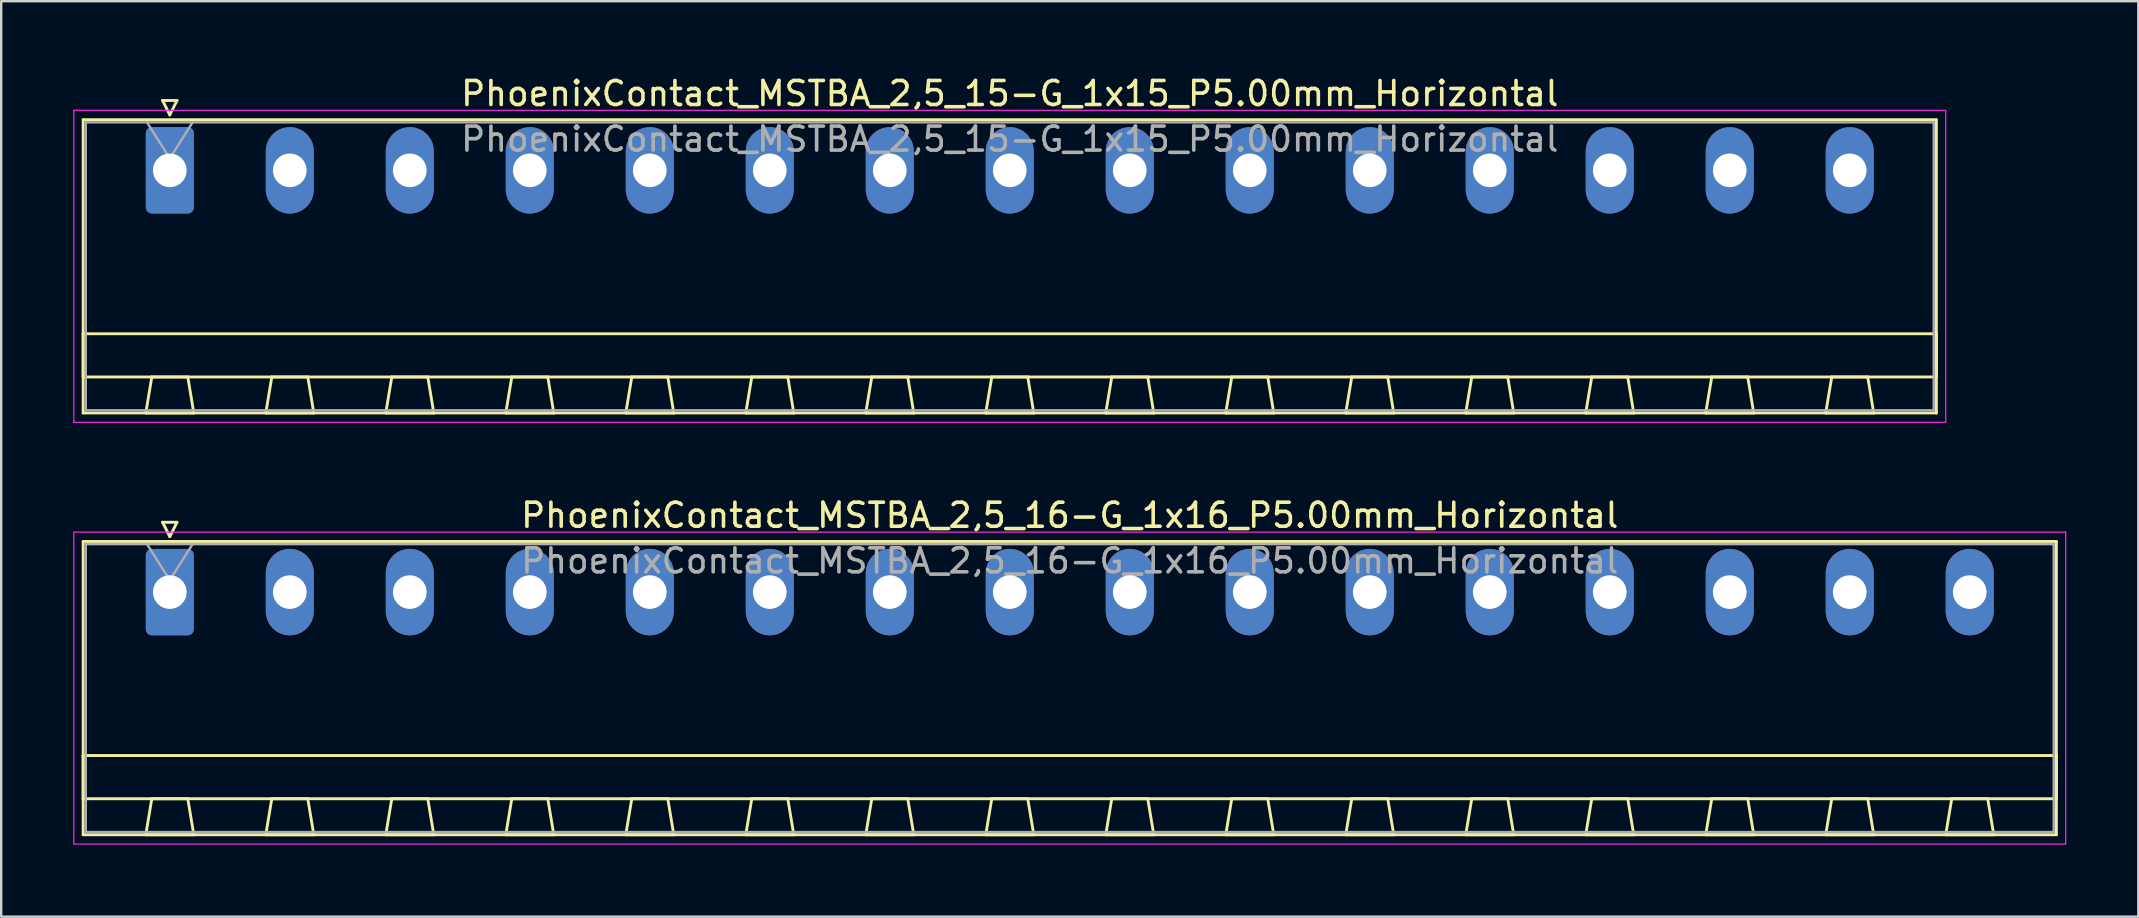
<source format=kicad_pcb>
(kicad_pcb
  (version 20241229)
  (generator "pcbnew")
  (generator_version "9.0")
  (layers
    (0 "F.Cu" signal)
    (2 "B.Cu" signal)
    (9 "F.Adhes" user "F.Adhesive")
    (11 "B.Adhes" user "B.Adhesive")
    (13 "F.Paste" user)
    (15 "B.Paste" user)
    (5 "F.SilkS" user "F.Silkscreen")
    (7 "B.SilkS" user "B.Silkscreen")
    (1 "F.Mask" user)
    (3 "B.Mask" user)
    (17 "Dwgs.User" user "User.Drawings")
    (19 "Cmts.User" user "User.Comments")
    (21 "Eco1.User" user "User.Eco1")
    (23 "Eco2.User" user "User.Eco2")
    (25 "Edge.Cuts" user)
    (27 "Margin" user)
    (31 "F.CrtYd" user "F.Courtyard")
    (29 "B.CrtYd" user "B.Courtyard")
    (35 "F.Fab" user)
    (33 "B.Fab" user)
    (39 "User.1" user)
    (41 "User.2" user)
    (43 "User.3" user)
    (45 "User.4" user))
  (footprint "PhoenixContact_MSTBA_2,5_15-G_1x15_P5.00mm_Horizontal"
    (layer "F.Cu")
    (at 4.025 4.048)
    (property "Reference" "PhoenixContact_MSTBA_2,5_15-G_1x15_P5.00mm_Horizontal" (at 35 -3.2 0) (layer "F.SilkS") (effects (font (size 1 1) (thickness 0.15))))
    (attr through_hole)
    (fp_line (start -3.61 -2.11) (end -3.61 10.11) (stroke (width 0.12) (type solid)) (layer "F.SilkS"))
    (fp_line (start -3.61 6.81) (end 73.61 6.81) (stroke (width 0.12) (type solid)) (layer "F.SilkS"))
    (fp_line (start -3.61 8.61) (end -3.61 6.81) (stroke (width 0.12) (type solid)) (layer "F.SilkS"))
    (fp_line (start -3.61 10.11) (end 73.61 10.11) (stroke (width 0.12) (type solid)) (layer "F.SilkS"))
    (fp_line (start -1 10.11) (end 1 10.11) (stroke (width 0.12) (type solid)) (layer "F.SilkS"))
    (fp_line (start -0.75 8.61) (end -1 10.11) (stroke (width 0.12) (type solid)) (layer "F.SilkS"))
    (fp_line (start -0.3 -2.91) (end 0.3 -2.91) (stroke (width 0.12) (type solid)) (layer "F.SilkS"))
    (fp_line (start 0 -2.31) (end -0.3 -2.91) (stroke (width 0.12) (type solid)) (layer "F.SilkS"))
    (fp_line (start 0.3 -2.91) (end 0 -2.31) (stroke (width 0.12) (type solid)) (layer "F.SilkS"))
    (fp_line (start 0.75 8.61) (end -0.75 8.61) (stroke (width 0.12) (type solid)) (layer "F.SilkS"))
    (fp_line (start 1 10.11) (end 0.75 8.61) (stroke (width 0.12) (type solid)) (layer "F.SilkS"))
    (fp_line (start 4 10.11) (end 6 10.11) (stroke (width 0.12) (type solid)) (layer "F.SilkS"))
    (fp_line (start 4.25 8.61) (end 4 10.11) (stroke (width 0.12) (type solid)) (layer "F.SilkS"))
    (fp_line (start 5.75 8.61) (end 4.25 8.61) (stroke (width 0.12) (type solid)) (layer "F.SilkS"))
    (fp_line (start 6 10.11) (end 5.75 8.61) (stroke (width 0.12) (type solid)) (layer "F.SilkS"))
    (fp_line (start 9 10.11) (end 11 10.11) (stroke (width 0.12) (type solid)) (layer "F.SilkS"))
    (fp_line (start 9.25 8.61) (end 9 10.11) (stroke (width 0.12) (type solid)) (layer "F.SilkS"))
    (fp_line (start 10.75 8.61) (end 9.25 8.61) (stroke (width 0.12) (type solid)) (layer "F.SilkS"))
    (fp_line (start 11 10.11) (end 10.75 8.61) (stroke (width 0.12) (type solid)) (layer "F.SilkS"))
    (fp_line (start 14 10.11) (end 16 10.11) (stroke (width 0.12) (type solid)) (layer "F.SilkS"))
    (fp_line (start 14.25 8.61) (end 14 10.11) (stroke (width 0.12) (type solid)) (layer "F.SilkS"))
    (fp_line (start 15.75 8.61) (end 14.25 8.61) (stroke (width 0.12) (type solid)) (layer "F.SilkS"))
    (fp_line (start 16 10.11) (end 15.75 8.61) (stroke (width 0.12) (type solid)) (layer "F.SilkS"))
    (fp_line (start 19 10.11) (end 21 10.11) (stroke (width 0.12) (type solid)) (layer "F.SilkS"))
    (fp_line (start 19.25 8.61) (end 19 10.11) (stroke (width 0.12) (type solid)) (layer "F.SilkS"))
    (fp_line (start 20.75 8.61) (end 19.25 8.61) (stroke (width 0.12) (type solid)) (layer "F.SilkS"))
    (fp_line (start 21 10.11) (end 20.75 8.61) (stroke (width 0.12) (type solid)) (layer "F.SilkS"))
    (fp_line (start 24 10.11) (end 26 10.11) (stroke (width 0.12) (type solid)) (layer "F.SilkS"))
    (fp_line (start 24.25 8.61) (end 24 10.11) (stroke (width 0.12) (type solid)) (layer "F.SilkS"))
    (fp_line (start 25.75 8.61) (end 24.25 8.61) (stroke (width 0.12) (type solid)) (layer "F.SilkS"))
    (fp_line (start 26 10.11) (end 25.75 8.61) (stroke (width 0.12) (type solid)) (layer "F.SilkS"))
    (fp_line (start 29 10.11) (end 31 10.11) (stroke (width 0.12) (type solid)) (layer "F.SilkS"))
    (fp_line (start 29.25 8.61) (end 29 10.11) (stroke (width 0.12) (type solid)) (layer "F.SilkS"))
    (fp_line (start 30.75 8.61) (end 29.25 8.61) (stroke (width 0.12) (type solid)) (layer "F.SilkS"))
    (fp_line (start 31 10.11) (end 30.75 8.61) (stroke (width 0.12) (type solid)) (layer "F.SilkS"))
    (fp_line (start 34 10.11) (end 36 10.11) (stroke (width 0.12) (type solid)) (layer "F.SilkS"))
    (fp_line (start 34.25 8.61) (end 34 10.11) (stroke (width 0.12) (type solid)) (layer "F.SilkS"))
    (fp_line (start 35.75 8.61) (end 34.25 8.61) (stroke (width 0.12) (type solid)) (layer "F.SilkS"))
    (fp_line (start 36 10.11) (end 35.75 8.61) (stroke (width 0.12) (type solid)) (layer "F.SilkS"))
    (fp_line (start 39 10.11) (end 41 10.11) (stroke (width 0.12) (type solid)) (layer "F.SilkS"))
    (fp_line (start 39.25 8.61) (end 39 10.11) (stroke (width 0.12) (type solid)) (layer "F.SilkS"))
    (fp_line (start 40.75 8.61) (end 39.25 8.61) (stroke (width 0.12) (type solid)) (layer "F.SilkS"))
    (fp_line (start 41 10.11) (end 40.75 8.61) (stroke (width 0.12) (type solid)) (layer "F.SilkS"))
    (fp_line (start 44 10.11) (end 46 10.11) (stroke (width 0.12) (type solid)) (layer "F.SilkS"))
    (fp_line (start 44.25 8.61) (end 44 10.11) (stroke (width 0.12) (type solid)) (layer "F.SilkS"))
    (fp_line (start 45.75 8.61) (end 44.25 8.61) (stroke (width 0.12) (type solid)) (layer "F.SilkS"))
    (fp_line (start 46 10.11) (end 45.75 8.61) (stroke (width 0.12) (type solid)) (layer "F.SilkS"))
    (fp_line (start 49 10.11) (end 51 10.11) (stroke (width 0.12) (type solid)) (layer "F.SilkS"))
    (fp_line (start 49.25 8.61) (end 49 10.11) (stroke (width 0.12) (type solid)) (layer "F.SilkS"))
    (fp_line (start 50.75 8.61) (end 49.25 8.61) (stroke (width 0.12) (type solid)) (layer "F.SilkS"))
    (fp_line (start 51 10.11) (end 50.75 8.61) (stroke (width 0.12) (type solid)) (layer "F.SilkS"))
    (fp_line (start 54 10.11) (end 56 10.11) (stroke (width 0.12) (type solid)) (layer "F.SilkS"))
    (fp_line (start 54.25 8.61) (end 54 10.11) (stroke (width 0.12) (type solid)) (layer "F.SilkS"))
    (fp_line (start 55.75 8.61) (end 54.25 8.61) (stroke (width 0.12) (type solid)) (layer "F.SilkS"))
    (fp_line (start 56 10.11) (end 55.75 8.61) (stroke (width 0.12) (type solid)) (layer "F.SilkS"))
    (fp_line (start 59 10.11) (end 61 10.11) (stroke (width 0.12) (type solid)) (layer "F.SilkS"))
    (fp_line (start 59.25 8.61) (end 59 10.11) (stroke (width 0.12) (type solid)) (layer "F.SilkS"))
    (fp_line (start 60.75 8.61) (end 59.25 8.61) (stroke (width 0.12) (type solid)) (layer "F.SilkS"))
    (fp_line (start 61 10.11) (end 60.75 8.61) (stroke (width 0.12) (type solid)) (layer "F.SilkS"))
    (fp_line (start 64 10.11) (end 66 10.11) (stroke (width 0.12) (type solid)) (layer "F.SilkS"))
    (fp_line (start 64.25 8.61) (end 64 10.11) (stroke (width 0.12) (type solid)) (layer "F.SilkS"))
    (fp_line (start 65.75 8.61) (end 64.25 8.61) (stroke (width 0.12) (type solid)) (layer "F.SilkS"))
    (fp_line (start 66 10.11) (end 65.75 8.61) (stroke (width 0.12) (type solid)) (layer "F.SilkS"))
    (fp_line (start 69 10.11) (end 71 10.11) (stroke (width 0.12) (type solid)) (layer "F.SilkS"))
    (fp_line (start 69.25 8.61) (end 69 10.11) (stroke (width 0.12) (type solid)) (layer "F.SilkS"))
    (fp_line (start 70.75 8.61) (end 69.25 8.61) (stroke (width 0.12) (type solid)) (layer "F.SilkS"))
    (fp_line (start 71 10.11) (end 70.75 8.61) (stroke (width 0.12) (type solid)) (layer "F.SilkS"))
    (fp_line (start 73.61 -2.11) (end -3.61 -2.11) (stroke (width 0.12) (type solid)) (layer "F.SilkS"))
    (fp_line (start 73.61 6.81) (end 73.61 8.61) (stroke (width 0.12) (type solid)) (layer "F.SilkS"))
    (fp_line (start 73.61 8.61) (end -3.61 8.61) (stroke (width 0.12) (type solid)) (layer "F.SilkS"))
    (fp_line (start 73.61 10.11) (end 73.61 -2.11) (stroke (width 0.12) (type solid)) (layer "F.SilkS"))
    (fp_line (start -4 -2.5) (end -4 10.5) (stroke (width 0.05) (type solid)) (layer "F.CrtYd"))
    (fp_line (start -4 10.5) (end 74 10.5) (stroke (width 0.05) (type solid)) (layer "F.CrtYd"))
    (fp_line (start 74 -2.5) (end -4 -2.5) (stroke (width 0.05) (type solid)) (layer "F.CrtYd"))
    (fp_line (start 74 10.5) (end 74 -2.5) (stroke (width 0.05) (type solid)) (layer "F.CrtYd"))
    (fp_line (start -3.5 -2) (end -3.5 10) (stroke (width 0.1) (type solid)) (layer "F.Fab"))
    (fp_line (start -3.5 10) (end 73.5 10) (stroke (width 0.1) (type solid)) (layer "F.Fab"))
    (fp_line (start 0 -0.5) (end -0.95 -2) (stroke (width 0.1) (type solid)) (layer "F.Fab"))
    (fp_line (start 0.95 -2) (end 0 -0.5) (stroke (width 0.1) (type solid)) (layer "F.Fab"))
    (fp_line (start 73.5 -2) (end -3.5 -2) (stroke (width 0.1) (type solid)) (layer "F.Fab"))
    (fp_line (start 73.5 10) (end 73.5 -2) (stroke (width 0.1) (type solid)) (layer "F.Fab"))
    (fp_text user "${REFERENCE}" (at 35 -1.3 0) (layer "F.Fab") (effects (font (size 1 1) (thickness 0.15))))
    (pad "1" thru_hole roundrect (at 0 0) (size 2 3.6) (drill 1.4) (layers "*.Cu" "*.Mask") (roundrect_rratio 0.125))
    (pad "2" thru_hole oval (at 5 0) (size 2 3.6) (drill 1.4) (layers "*.Cu" "*.Mask"))
    (pad "3" thru_hole oval (at 10 0) (size 2 3.6) (drill 1.4) (layers "*.Cu" "*.Mask"))
    (pad "4" thru_hole oval (at 15 0) (size 2 3.6) (drill 1.4) (layers "*.Cu" "*.Mask"))
    (pad "5" thru_hole oval (at 20 0) (size 2 3.6) (drill 1.4) (layers "*.Cu" "*.Mask"))
    (pad "6" thru_hole oval (at 25 0) (size 2 3.6) (drill 1.4) (layers "*.Cu" "*.Mask"))
    (pad "7" thru_hole oval (at 30 0) (size 2 3.6) (drill 1.4) (layers "*.Cu" "*.Mask"))
    (pad "8" thru_hole oval (at 35 0) (size 2 3.6) (drill 1.4) (layers "*.Cu" "*.Mask"))
    (pad "9" thru_hole oval (at 40 0) (size 2 3.6) (drill 1.4) (layers "*.Cu" "*.Mask"))
    (pad "10" thru_hole oval (at 45 0) (size 2 3.6) (drill 1.4) (layers "*.Cu" "*.Mask"))
    (pad "11" thru_hole oval (at 50 0) (size 2 3.6) (drill 1.4) (layers "*.Cu" "*.Mask"))
    (pad "12" thru_hole oval (at 55 0) (size 2 3.6) (drill 1.4) (layers "*.Cu" "*.Mask"))
    (pad "13" thru_hole oval (at 60 0) (size 2 3.6) (drill 1.4) (layers "*.Cu" "*.Mask"))
    (pad "14" thru_hole oval (at 65 0) (size 2 3.6) (drill 1.4) (layers "*.Cu" "*.Mask"))
    (pad "15" thru_hole oval (at 70 0) (size 2 3.6) (drill 1.4) (layers "*.Cu" "*.Mask")))
  (footprint "PhoenixContact_MSTBA_2,5_16-G_1x16_P5.00mm_Horizontal"
    (layer "F.Cu")
    (at 4.025 21.622)
    (property "Reference" "PhoenixContact_MSTBA_2,5_16-G_1x16_P5.00mm_Horizontal" (at 37.5 -3.2 0) (layer "F.SilkS") (effects (font (size 1 1) (thickness 0.15))))
    (attr through_hole)
    (fp_line (start -3.61 -2.11) (end -3.61 10.11) (stroke (width 0.12) (type solid)) (layer "F.SilkS"))
    (fp_line (start -3.61 6.81) (end 78.61 6.81) (stroke (width 0.12) (type solid)) (layer "F.SilkS"))
    (fp_line (start -3.61 8.61) (end -3.61 6.81) (stroke (width 0.12) (type solid)) (layer "F.SilkS"))
    (fp_line (start -3.61 10.11) (end 78.61 10.11) (stroke (width 0.12) (type solid)) (layer "F.SilkS"))
    (fp_line (start -1 10.11) (end 1 10.11) (stroke (width 0.12) (type solid)) (layer "F.SilkS"))
    (fp_line (start -0.75 8.61) (end -1 10.11) (stroke (width 0.12) (type solid)) (layer "F.SilkS"))
    (fp_line (start -0.3 -2.91) (end 0.3 -2.91) (stroke (width 0.12) (type solid)) (layer "F.SilkS"))
    (fp_line (start 0 -2.31) (end -0.3 -2.91) (stroke (width 0.12) (type solid)) (layer "F.SilkS"))
    (fp_line (start 0.3 -2.91) (end 0 -2.31) (stroke (width 0.12) (type solid)) (layer "F.SilkS"))
    (fp_line (start 0.75 8.61) (end -0.75 8.61) (stroke (width 0.12) (type solid)) (layer "F.SilkS"))
    (fp_line (start 1 10.11) (end 0.75 8.61) (stroke (width 0.12) (type solid)) (layer "F.SilkS"))
    (fp_line (start 4 10.11) (end 6 10.11) (stroke (width 0.12) (type solid)) (layer "F.SilkS"))
    (fp_line (start 4.25 8.61) (end 4 10.11) (stroke (width 0.12) (type solid)) (layer "F.SilkS"))
    (fp_line (start 5.75 8.61) (end 4.25 8.61) (stroke (width 0.12) (type solid)) (layer "F.SilkS"))
    (fp_line (start 6 10.11) (end 5.75 8.61) (stroke (width 0.12) (type solid)) (layer "F.SilkS"))
    (fp_line (start 9 10.11) (end 11 10.11) (stroke (width 0.12) (type solid)) (layer "F.SilkS"))
    (fp_line (start 9.25 8.61) (end 9 10.11) (stroke (width 0.12) (type solid)) (layer "F.SilkS"))
    (fp_line (start 10.75 8.61) (end 9.25 8.61) (stroke (width 0.12) (type solid)) (layer "F.SilkS"))
    (fp_line (start 11 10.11) (end 10.75 8.61) (stroke (width 0.12) (type solid)) (layer "F.SilkS"))
    (fp_line (start 14 10.11) (end 16 10.11) (stroke (width 0.12) (type solid)) (layer "F.SilkS"))
    (fp_line (start 14.25 8.61) (end 14 10.11) (stroke (width 0.12) (type solid)) (layer "F.SilkS"))
    (fp_line (start 15.75 8.61) (end 14.25 8.61) (stroke (width 0.12) (type solid)) (layer "F.SilkS"))
    (fp_line (start 16 10.11) (end 15.75 8.61) (stroke (width 0.12) (type solid)) (layer "F.SilkS"))
    (fp_line (start 19 10.11) (end 21 10.11) (stroke (width 0.12) (type solid)) (layer "F.SilkS"))
    (fp_line (start 19.25 8.61) (end 19 10.11) (stroke (width 0.12) (type solid)) (layer "F.SilkS"))
    (fp_line (start 20.75 8.61) (end 19.25 8.61) (stroke (width 0.12) (type solid)) (layer "F.SilkS"))
    (fp_line (start 21 10.11) (end 20.75 8.61) (stroke (width 0.12) (type solid)) (layer "F.SilkS"))
    (fp_line (start 24 10.11) (end 26 10.11) (stroke (width 0.12) (type solid)) (layer "F.SilkS"))
    (fp_line (start 24.25 8.61) (end 24 10.11) (stroke (width 0.12) (type solid)) (layer "F.SilkS"))
    (fp_line (start 25.75 8.61) (end 24.25 8.61) (stroke (width 0.12) (type solid)) (layer "F.SilkS"))
    (fp_line (start 26 10.11) (end 25.75 8.61) (stroke (width 0.12) (type solid)) (layer "F.SilkS"))
    (fp_line (start 29 10.11) (end 31 10.11) (stroke (width 0.12) (type solid)) (layer "F.SilkS"))
    (fp_line (start 29.25 8.61) (end 29 10.11) (stroke (width 0.12) (type solid)) (layer "F.SilkS"))
    (fp_line (start 30.75 8.61) (end 29.25 8.61) (stroke (width 0.12) (type solid)) (layer "F.SilkS"))
    (fp_line (start 31 10.11) (end 30.75 8.61) (stroke (width 0.12) (type solid)) (layer "F.SilkS"))
    (fp_line (start 34 10.11) (end 36 10.11) (stroke (width 0.12) (type solid)) (layer "F.SilkS"))
    (fp_line (start 34.25 8.61) (end 34 10.11) (stroke (width 0.12) (type solid)) (layer "F.SilkS"))
    (fp_line (start 35.75 8.61) (end 34.25 8.61) (stroke (width 0.12) (type solid)) (layer "F.SilkS"))
    (fp_line (start 36 10.11) (end 35.75 8.61) (stroke (width 0.12) (type solid)) (layer "F.SilkS"))
    (fp_line (start 39 10.11) (end 41 10.11) (stroke (width 0.12) (type solid)) (layer "F.SilkS"))
    (fp_line (start 39.25 8.61) (end 39 10.11) (stroke (width 0.12) (type solid)) (layer "F.SilkS"))
    (fp_line (start 40.75 8.61) (end 39.25 8.61) (stroke (width 0.12) (type solid)) (layer "F.SilkS"))
    (fp_line (start 41 10.11) (end 40.75 8.61) (stroke (width 0.12) (type solid)) (layer "F.SilkS"))
    (fp_line (start 44 10.11) (end 46 10.11) (stroke (width 0.12) (type solid)) (layer "F.SilkS"))
    (fp_line (start 44.25 8.61) (end 44 10.11) (stroke (width 0.12) (type solid)) (layer "F.SilkS"))
    (fp_line (start 45.75 8.61) (end 44.25 8.61) (stroke (width 0.12) (type solid)) (layer "F.SilkS"))
    (fp_line (start 46 10.11) (end 45.75 8.61) (stroke (width 0.12) (type solid)) (layer "F.SilkS"))
    (fp_line (start 49 10.11) (end 51 10.11) (stroke (width 0.12) (type solid)) (layer "F.SilkS"))
    (fp_line (start 49.25 8.61) (end 49 10.11) (stroke (width 0.12) (type solid)) (layer "F.SilkS"))
    (fp_line (start 50.75 8.61) (end 49.25 8.61) (stroke (width 0.12) (type solid)) (layer "F.SilkS"))
    (fp_line (start 51 10.11) (end 50.75 8.61) (stroke (width 0.12) (type solid)) (layer "F.SilkS"))
    (fp_line (start 54 10.11) (end 56 10.11) (stroke (width 0.12) (type solid)) (layer "F.SilkS"))
    (fp_line (start 54.25 8.61) (end 54 10.11) (stroke (width 0.12) (type solid)) (layer "F.SilkS"))
    (fp_line (start 55.75 8.61) (end 54.25 8.61) (stroke (width 0.12) (type solid)) (layer "F.SilkS"))
    (fp_line (start 56 10.11) (end 55.75 8.61) (stroke (width 0.12) (type solid)) (layer "F.SilkS"))
    (fp_line (start 59 10.11) (end 61 10.11) (stroke (width 0.12) (type solid)) (layer "F.SilkS"))
    (fp_line (start 59.25 8.61) (end 59 10.11) (stroke (width 0.12) (type solid)) (layer "F.SilkS"))
    (fp_line (start 60.75 8.61) (end 59.25 8.61) (stroke (width 0.12) (type solid)) (layer "F.SilkS"))
    (fp_line (start 61 10.11) (end 60.75 8.61) (stroke (width 0.12) (type solid)) (layer "F.SilkS"))
    (fp_line (start 64 10.11) (end 66 10.11) (stroke (width 0.12) (type solid)) (layer "F.SilkS"))
    (fp_line (start 64.25 8.61) (end 64 10.11) (stroke (width 0.12) (type solid)) (layer "F.SilkS"))
    (fp_line (start 65.75 8.61) (end 64.25 8.61) (stroke (width 0.12) (type solid)) (layer "F.SilkS"))
    (fp_line (start 66 10.11) (end 65.75 8.61) (stroke (width 0.12) (type solid)) (layer "F.SilkS"))
    (fp_line (start 69 10.11) (end 71 10.11) (stroke (width 0.12) (type solid)) (layer "F.SilkS"))
    (fp_line (start 69.25 8.61) (end 69 10.11) (stroke (width 0.12) (type solid)) (layer "F.SilkS"))
    (fp_line (start 70.75 8.61) (end 69.25 8.61) (stroke (width 0.12) (type solid)) (layer "F.SilkS"))
    (fp_line (start 71 10.11) (end 70.75 8.61) (stroke (width 0.12) (type solid)) (layer "F.SilkS"))
    (fp_line (start 74 10.11) (end 76 10.11) (stroke (width 0.12) (type solid)) (layer "F.SilkS"))
    (fp_line (start 74.25 8.61) (end 74 10.11) (stroke (width 0.12) (type solid)) (layer "F.SilkS"))
    (fp_line (start 75.75 8.61) (end 74.25 8.61) (stroke (width 0.12) (type solid)) (layer "F.SilkS"))
    (fp_line (start 76 10.11) (end 75.75 8.61) (stroke (width 0.12) (type solid)) (layer "F.SilkS"))
    (fp_line (start 78.61 -2.11) (end -3.61 -2.11) (stroke (width 0.12) (type solid)) (layer "F.SilkS"))
    (fp_line (start 78.61 6.81) (end 78.61 8.61) (stroke (width 0.12) (type solid)) (layer "F.SilkS"))
    (fp_line (start 78.61 8.61) (end -3.61 8.61) (stroke (width 0.12) (type solid)) (layer "F.SilkS"))
    (fp_line (start 78.61 10.11) (end 78.61 -2.11) (stroke (width 0.12) (type solid)) (layer "F.SilkS"))
    (fp_line (start -4 -2.5) (end -4 10.5) (stroke (width 0.05) (type solid)) (layer "F.CrtYd"))
    (fp_line (start -4 10.5) (end 79 10.5) (stroke (width 0.05) (type solid)) (layer "F.CrtYd"))
    (fp_line (start 79 -2.5) (end -4 -2.5) (stroke (width 0.05) (type solid)) (layer "F.CrtYd"))
    (fp_line (start 79 10.5) (end 79 -2.5) (stroke (width 0.05) (type solid)) (layer "F.CrtYd"))
    (fp_line (start -3.5 -2) (end -3.5 10) (stroke (width 0.1) (type solid)) (layer "F.Fab"))
    (fp_line (start -3.5 10) (end 78.5 10) (stroke (width 0.1) (type solid)) (layer "F.Fab"))
    (fp_line (start 0 -0.5) (end -0.95 -2) (stroke (width 0.1) (type solid)) (layer "F.Fab"))
    (fp_line (start 0.95 -2) (end 0 -0.5) (stroke (width 0.1) (type solid)) (layer "F.Fab"))
    (fp_line (start 78.5 -2) (end -3.5 -2) (stroke (width 0.1) (type solid)) (layer "F.Fab"))
    (fp_line (start 78.5 10) (end 78.5 -2) (stroke (width 0.1) (type solid)) (layer "F.Fab"))
    (fp_text user "${REFERENCE}" (at 37.5 -1.3 0) (layer "F.Fab") (effects (font (size 1 1) (thickness 0.15))))
    (pad "1" thru_hole roundrect (at 0 0) (size 2 3.6) (drill 1.4) (layers "*.Cu" "*.Mask") (roundrect_rratio 0.125))
    (pad "2" thru_hole oval (at 5 0) (size 2 3.6) (drill 1.4) (layers "*.Cu" "*.Mask"))
    (pad "3" thru_hole oval (at 10 0) (size 2 3.6) (drill 1.4) (layers "*.Cu" "*.Mask"))
    (pad "4" thru_hole oval (at 15 0) (size 2 3.6) (drill 1.4) (layers "*.Cu" "*.Mask"))
    (pad "5" thru_hole oval (at 20 0) (size 2 3.6) (drill 1.4) (layers "*.Cu" "*.Mask"))
    (pad "6" thru_hole oval (at 25 0) (size 2 3.6) (drill 1.4) (layers "*.Cu" "*.Mask"))
    (pad "7" thru_hole oval (at 30 0) (size 2 3.6) (drill 1.4) (layers "*.Cu" "*.Mask"))
    (pad "8" thru_hole oval (at 35 0) (size 2 3.6) (drill 1.4) (layers "*.Cu" "*.Mask"))
    (pad "9" thru_hole oval (at 40 0) (size 2 3.6) (drill 1.4) (layers "*.Cu" "*.Mask"))
    (pad "10" thru_hole oval (at 45 0) (size 2 3.6) (drill 1.4) (layers "*.Cu" "*.Mask"))
    (pad "11" thru_hole oval (at 50 0) (size 2 3.6) (drill 1.4) (layers "*.Cu" "*.Mask"))
    (pad "12" thru_hole oval (at 55 0) (size 2 3.6) (drill 1.4) (layers "*.Cu" "*.Mask"))
    (pad "13" thru_hole oval (at 60 0) (size 2 3.6) (drill 1.4) (layers "*.Cu" "*.Mask"))
    (pad "14" thru_hole oval (at 65 0) (size 2 3.6) (drill 1.4) (layers "*.Cu" "*.Mask"))
    (pad "15" thru_hole oval (at 70 0) (size 2 3.6) (drill 1.4) (layers "*.Cu" "*.Mask"))
    (pad "16" thru_hole oval (at 75 0) (size 2 3.6) (drill 1.4) (layers "*.Cu" "*.Mask")))
  (gr_rect
    (start -3 -3)
    (end 86.05 35.147)
    (stroke (width 0.1) (type default))
    (fill no)
    (layer "Edge.Cuts")))
</source>
